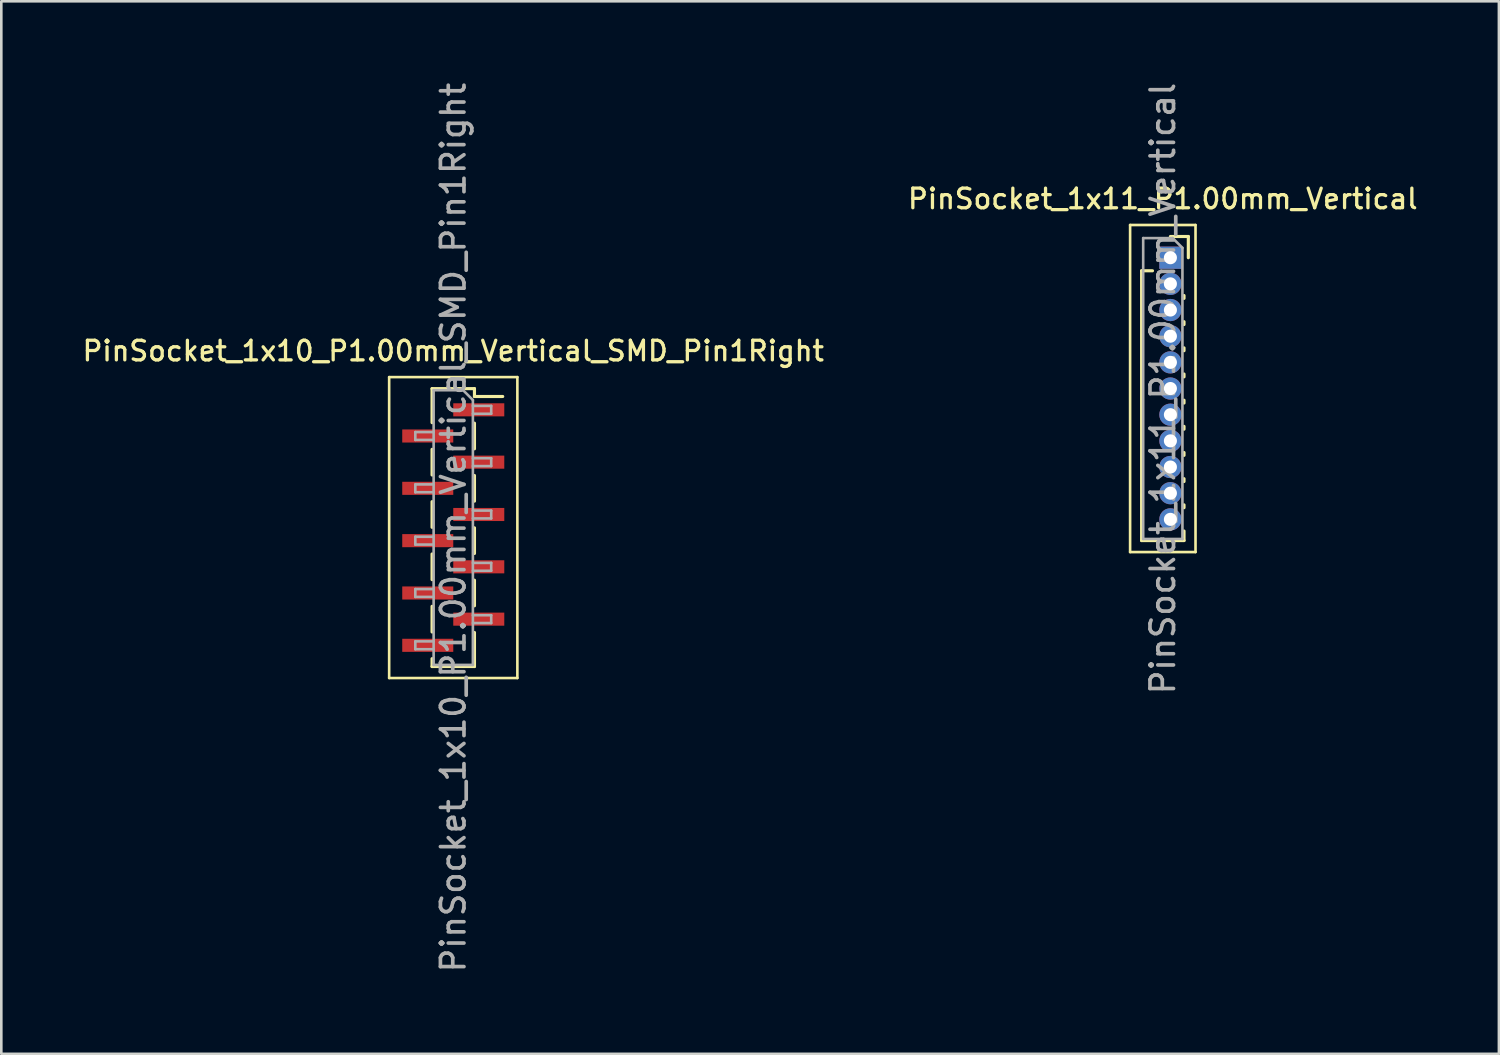
<source format=kicad_pcb>
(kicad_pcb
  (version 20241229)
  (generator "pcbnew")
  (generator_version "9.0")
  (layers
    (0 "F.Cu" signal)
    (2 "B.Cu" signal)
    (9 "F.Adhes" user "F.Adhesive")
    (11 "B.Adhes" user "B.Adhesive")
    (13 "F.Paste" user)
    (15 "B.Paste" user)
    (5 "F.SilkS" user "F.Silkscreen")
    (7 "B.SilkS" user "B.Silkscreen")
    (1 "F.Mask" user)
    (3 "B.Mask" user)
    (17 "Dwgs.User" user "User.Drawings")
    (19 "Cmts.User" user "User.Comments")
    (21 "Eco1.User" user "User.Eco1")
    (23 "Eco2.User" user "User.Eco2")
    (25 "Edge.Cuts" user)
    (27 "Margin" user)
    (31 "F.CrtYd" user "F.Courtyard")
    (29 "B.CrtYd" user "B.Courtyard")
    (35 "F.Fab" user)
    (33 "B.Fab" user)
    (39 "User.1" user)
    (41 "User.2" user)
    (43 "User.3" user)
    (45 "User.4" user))
  (footprint "PinSocket_1x11_P1.00mm_Vertical"
    (layer "F.Cu")
    (at 41.681 6.799)
    (property "Reference" "PinSocket_1x11_P1.00mm_Vertical" (at -0.29 -2.25 0) (layer "F.SilkS") (effects (font (size 0.75 0.75) (thickness 0.125))))
    (attr through_hole)
    (fp_line (start -1.54 -1.25) (end 0.96 -1.25) (stroke (width 0.1) (type solid)) (layer "F.SilkS"))
    (fp_line (start -1.54 11.25) (end -1.54 -1.25) (stroke (width 0.1) (type solid)) (layer "F.SilkS"))
    (fp_line (start -1.1 0.5) (end -1.1 10.81) (stroke (width 0.12) (type solid)) (layer "F.SilkS"))
    (fp_line (start -1.1 0.5) (end -0.685 0.5) (stroke (width 0.12) (type solid)) (layer "F.SilkS"))
    (fp_line (start -1.1 10.81) (end 0.52 10.81) (stroke (width 0.12) (type solid)) (layer "F.SilkS"))
    (fp_line (start 0 -0.81) (end 0.685 -0.81) (stroke (width 0.12) (type solid)) (layer "F.SilkS"))
    (fp_line (start 0.52 1.446) (end 0.52 1.554) (stroke (width 0.12) (type solid)) (layer "F.SilkS"))
    (fp_line (start 0.52 2.446) (end 0.52 2.554) (stroke (width 0.12) (type solid)) (layer "F.SilkS"))
    (fp_line (start 0.52 3.446) (end 0.52 3.554) (stroke (width 0.12) (type solid)) (layer "F.SilkS"))
    (fp_line (start 0.52 4.446) (end 0.52 4.554) (stroke (width 0.12) (type solid)) (layer "F.SilkS"))
    (fp_line (start 0.52 5.446) (end 0.52 5.554) (stroke (width 0.12) (type solid)) (layer "F.SilkS"))
    (fp_line (start 0.52 6.446) (end 0.52 6.554) (stroke (width 0.12) (type solid)) (layer "F.SilkS"))
    (fp_line (start 0.52 7.446) (end 0.52 7.554) (stroke (width 0.12) (type solid)) (layer "F.SilkS"))
    (fp_line (start 0.52 8.446) (end 0.52 8.554) (stroke (width 0.12) (type solid)) (layer "F.SilkS"))
    (fp_line (start 0.52 9.446) (end 0.52 9.554) (stroke (width 0.12) (type solid)) (layer "F.SilkS"))
    (fp_line (start 0.52 10.446) (end 0.52 10.81) (stroke (width 0.12) (type solid)) (layer "F.SilkS"))
    (fp_line (start 0.685 -0.81) (end 0.685 0) (stroke (width 0.12) (type solid)) (layer "F.SilkS"))
    (fp_line (start 0.96 -1.25) (end 0.96 11.25) (stroke (width 0.1) (type solid)) (layer "F.SilkS"))
    (fp_line (start 0.96 11.25) (end -1.54 11.25) (stroke (width 0.1) (type solid)) (layer "F.SilkS"))
    (fp_line (start -1.04 -0.75) (end 0.085 -0.75) (stroke (width 0.1) (type solid)) (layer "F.Fab"))
    (fp_line (start -1.04 10.75) (end -1.04 -0.75) (stroke (width 0.1) (type solid)) (layer "F.Fab"))
    (fp_line (start 0.085 -0.75) (end 0.46 -0.375) (stroke (width 0.1) (type solid)) (layer "F.Fab"))
    (fp_line (start 0.46 -0.375) (end 0.46 10.75) (stroke (width 0.1) (type solid)) (layer "F.Fab"))
    (fp_line (start 0.46 10.75) (end -1.04 10.75) (stroke (width 0.1) (type solid)) (layer "F.Fab"))
    (fp_text user "${REFERENCE}" (at -0.29 5 90) (layer "F.Fab") (effects (font (size 0.9 0.9) (thickness 0.14))))
    (pad "1" thru_hole rect (at 0 0) (size 0.85 0.85) (drill 0.5) (layers "*.Cu" "*.Mask"))
    (pad "2" thru_hole oval (at 0 1) (size 0.85 0.85) (drill 0.5) (layers "*.Cu" "*.Mask"))
    (pad "3" thru_hole oval (at 0 2) (size 0.85 0.85) (drill 0.5) (layers "*.Cu" "*.Mask"))
    (pad "4" thru_hole oval (at 0 3) (size 0.85 0.85) (drill 0.5) (layers "*.Cu" "*.Mask"))
    (pad "5" thru_hole oval (at 0 4) (size 0.85 0.85) (drill 0.5) (layers "*.Cu" "*.Mask"))
    (pad "6" thru_hole oval (at 0 5) (size 0.85 0.85) (drill 0.5) (layers "*.Cu" "*.Mask"))
    (pad "7" thru_hole oval (at 0 6) (size 0.85 0.85) (drill 0.5) (layers "*.Cu" "*.Mask"))
    (pad "8" thru_hole oval (at 0 7) (size 0.85 0.85) (drill 0.5) (layers "*.Cu" "*.Mask"))
    (pad "9" thru_hole oval (at 0 8) (size 0.85 0.85) (drill 0.5) (layers "*.Cu" "*.Mask"))
    (pad "10" thru_hole oval (at 0 9) (size 0.85 0.85) (drill 0.5) (layers "*.Cu" "*.Mask"))
    (pad "11" thru_hole oval (at 0 10) (size 0.85 0.85) (drill 0.5) (layers "*.Cu" "*.Mask")))
  (footprint "PinSocket_1x10_P1.00mm_Vertical_SMD_Pin1Right"
    (layer "F.Cu")
    (at 14.273 17.113)
    (property "Reference" "PinSocket_1x10_P1.00mm_Vertical_SMD_Pin1Right" (at 0 -6.75 0) (layer "F.SilkS") (effects (font (size 0.75 0.75) (thickness 0.125))))
    (attr smd)
    (fp_line (start -2.45 -5.75) (end 2.45 -5.75) (stroke (width 0.1) (type solid)) (layer "F.SilkS"))
    (fp_line (start -2.45 5.75) (end -2.45 -5.75) (stroke (width 0.1) (type solid)) (layer "F.SilkS"))
    (fp_line (start -0.81 -5.31) (end -0.81 -4.01) (stroke (width 0.12) (type solid)) (layer "F.SilkS"))
    (fp_line (start -0.81 -5.31) (end 0.81 -5.31) (stroke (width 0.12) (type solid)) (layer "F.SilkS"))
    (fp_line (start -0.81 -2.99) (end -0.81 -2.01) (stroke (width 0.12) (type solid)) (layer "F.SilkS"))
    (fp_line (start -0.81 -0.99) (end -0.81 -0.01) (stroke (width 0.12) (type solid)) (layer "F.SilkS"))
    (fp_line (start -0.81 1.01) (end -0.81 1.99) (stroke (width 0.12) (type solid)) (layer "F.SilkS"))
    (fp_line (start -0.81 3.01) (end -0.81 3.99) (stroke (width 0.12) (type solid)) (layer "F.SilkS"))
    (fp_line (start -0.81 5.01) (end -0.81 5.31) (stroke (width 0.12) (type solid)) (layer "F.SilkS"))
    (fp_line (start -0.81 5.31) (end 0.81 5.31) (stroke (width 0.12) (type solid)) (layer "F.SilkS"))
    (fp_line (start 0.81 -5.31) (end 0.81 -5.01) (stroke (width 0.12) (type solid)) (layer "F.SilkS"))
    (fp_line (start 0.81 -5.01) (end 1.89 -5.01) (stroke (width 0.12) (type solid)) (layer "F.SilkS"))
    (fp_line (start 0.81 -3.99) (end 0.81 -3.01) (stroke (width 0.12) (type solid)) (layer "F.SilkS"))
    (fp_line (start 0.81 -1.99) (end 0.81 -1.01) (stroke (width 0.12) (type solid)) (layer "F.SilkS"))
    (fp_line (start 0.81 0.01) (end 0.81 0.99) (stroke (width 0.12) (type solid)) (layer "F.SilkS"))
    (fp_line (start 0.81 2.01) (end 0.81 2.99) (stroke (width 0.12) (type solid)) (layer "F.SilkS"))
    (fp_line (start 0.81 4.01) (end 0.81 5.31) (stroke (width 0.12) (type solid)) (layer "F.SilkS"))
    (fp_line (start 2.45 -5.75) (end 2.45 5.75) (stroke (width 0.1) (type solid)) (layer "F.SilkS"))
    (fp_line (start 2.45 5.75) (end -2.45 5.75) (stroke (width 0.1) (type solid)) (layer "F.SilkS"))
    (fp_line (start -1.45 -3.65) (end -0.75 -3.65) (stroke (width 0.1) (type solid)) (layer "F.Fab"))
    (fp_line (start -1.45 -3.35) (end -1.45 -3.65) (stroke (width 0.1) (type solid)) (layer "F.Fab"))
    (fp_line (start -1.45 -1.65) (end -0.75 -1.65) (stroke (width 0.1) (type solid)) (layer "F.Fab"))
    (fp_line (start -1.45 -1.35) (end -1.45 -1.65) (stroke (width 0.1) (type solid)) (layer "F.Fab"))
    (fp_line (start -1.45 0.35) (end -0.75 0.35) (stroke (width 0.1) (type solid)) (layer "F.Fab"))
    (fp_line (start -1.45 0.65) (end -1.45 0.35) (stroke (width 0.1) (type solid)) (layer "F.Fab"))
    (fp_line (start -1.45 2.35) (end -0.75 2.35) (stroke (width 0.1) (type solid)) (layer "F.Fab"))
    (fp_line (start -1.45 2.65) (end -1.45 2.35) (stroke (width 0.1) (type solid)) (layer "F.Fab"))
    (fp_line (start -1.45 4.35) (end -0.75 4.35) (stroke (width 0.1) (type solid)) (layer "F.Fab"))
    (fp_line (start -1.45 4.65) (end -1.45 4.35) (stroke (width 0.1) (type solid)) (layer "F.Fab"))
    (fp_line (start -0.75 -5.25) (end 0.375 -5.25) (stroke (width 0.1) (type solid)) (layer "F.Fab"))
    (fp_line (start -0.75 -3.35) (end -1.45 -3.35) (stroke (width 0.1) (type solid)) (layer "F.Fab"))
    (fp_line (start -0.75 -1.35) (end -1.45 -1.35) (stroke (width 0.1) (type solid)) (layer "F.Fab"))
    (fp_line (start -0.75 0.65) (end -1.45 0.65) (stroke (width 0.1) (type solid)) (layer "F.Fab"))
    (fp_line (start -0.75 2.65) (end -1.45 2.65) (stroke (width 0.1) (type solid)) (layer "F.Fab"))
    (fp_line (start -0.75 4.65) (end -1.45 4.65) (stroke (width 0.1) (type solid)) (layer "F.Fab"))
    (fp_line (start -0.75 5.25) (end -0.75 -5.25) (stroke (width 0.1) (type solid)) (layer "F.Fab"))
    (fp_line (start 0.375 -5.25) (end 0.75 -4.875) (stroke (width 0.1) (type solid)) (layer "F.Fab"))
    (fp_line (start 0.75 -4.875) (end 0.75 5.25) (stroke (width 0.1) (type solid)) (layer "F.Fab"))
    (fp_line (start 0.75 -4.65) (end 1.45 -4.65) (stroke (width 0.1) (type solid)) (layer "F.Fab"))
    (fp_line (start 0.75 -2.65) (end 1.45 -2.65) (stroke (width 0.1) (type solid)) (layer "F.Fab"))
    (fp_line (start 0.75 -0.65) (end 1.45 -0.65) (stroke (width 0.1) (type solid)) (layer "F.Fab"))
    (fp_line (start 0.75 1.35) (end 1.45 1.35) (stroke (width 0.1) (type solid)) (layer "F.Fab"))
    (fp_line (start 0.75 3.35) (end 1.45 3.35) (stroke (width 0.1) (type solid)) (layer "F.Fab"))
    (fp_line (start 0.75 5.25) (end -0.75 5.25) (stroke (width 0.1) (type solid)) (layer "F.Fab"))
    (fp_line (start 1.45 -4.65) (end 1.45 -4.35) (stroke (width 0.1) (type solid)) (layer "F.Fab"))
    (fp_line (start 1.45 -4.35) (end 0.75 -4.35) (stroke (width 0.1) (type solid)) (layer "F.Fab"))
    (fp_line (start 1.45 -2.65) (end 1.45 -2.35) (stroke (width 0.1) (type solid)) (layer "F.Fab"))
    (fp_line (start 1.45 -2.35) (end 0.75 -2.35) (stroke (width 0.1) (type solid)) (layer "F.Fab"))
    (fp_line (start 1.45 -0.65) (end 1.45 -0.35) (stroke (width 0.1) (type solid)) (layer "F.Fab"))
    (fp_line (start 1.45 -0.35) (end 0.75 -0.35) (stroke (width 0.1) (type solid)) (layer "F.Fab"))
    (fp_line (start 1.45 1.35) (end 1.45 1.65) (stroke (width 0.1) (type solid)) (layer "F.Fab"))
    (fp_line (start 1.45 1.65) (end 0.75 1.65) (stroke (width 0.1) (type solid)) (layer "F.Fab"))
    (fp_line (start 1.45 3.35) (end 1.45 3.65) (stroke (width 0.1) (type solid)) (layer "F.Fab"))
    (fp_line (start 1.45 3.65) (end 0.75 3.65) (stroke (width 0.1) (type solid)) (layer "F.Fab"))
    (fp_text user "${REFERENCE}" (at 0 0 90) (layer "F.Fab") (effects (font (size 0.9 0.9) (thickness 0.14))))
    (pad "1" smd rect (at 0.975 -4.5) (size 1.95 0.5) (layers "F.Cu" "F.Mask" "F.Paste"))
    (pad "2" smd rect (at -0.975 -3.5) (size 1.95 0.5) (layers "F.Cu" "F.Mask" "F.Paste"))
    (pad "3" smd rect (at 0.975 -2.5) (size 1.95 0.5) (layers "F.Cu" "F.Mask" "F.Paste"))
    (pad "4" smd rect (at -0.975 -1.5) (size 1.95 0.5) (layers "F.Cu" "F.Mask" "F.Paste"))
    (pad "5" smd rect (at 0.975 -0.5) (size 1.95 0.5) (layers "F.Cu" "F.Mask" "F.Paste"))
    (pad "6" smd rect (at -0.975 0.5) (size 1.95 0.5) (layers "F.Cu" "F.Mask" "F.Paste"))
    (pad "7" smd rect (at 0.975 1.5) (size 1.95 0.5) (layers "F.Cu" "F.Mask" "F.Paste"))
    (pad "8" smd rect (at -0.975 2.5) (size 1.95 0.5) (layers "F.Cu" "F.Mask" "F.Paste"))
    (pad "9" smd rect (at 0.975 3.5) (size 1.95 0.5) (layers "F.Cu" "F.Mask" "F.Paste"))
    (pad "10" smd rect (at -0.975 4.5) (size 1.95 0.5) (layers "F.Cu" "F.Mask" "F.Paste")))
  (gr_rect
    (start -3 -3)
    (end 54.236 37.226)
    (stroke (width 0.1) (type default))
    (fill no)
    (layer "Edge.Cuts")))
</source>
